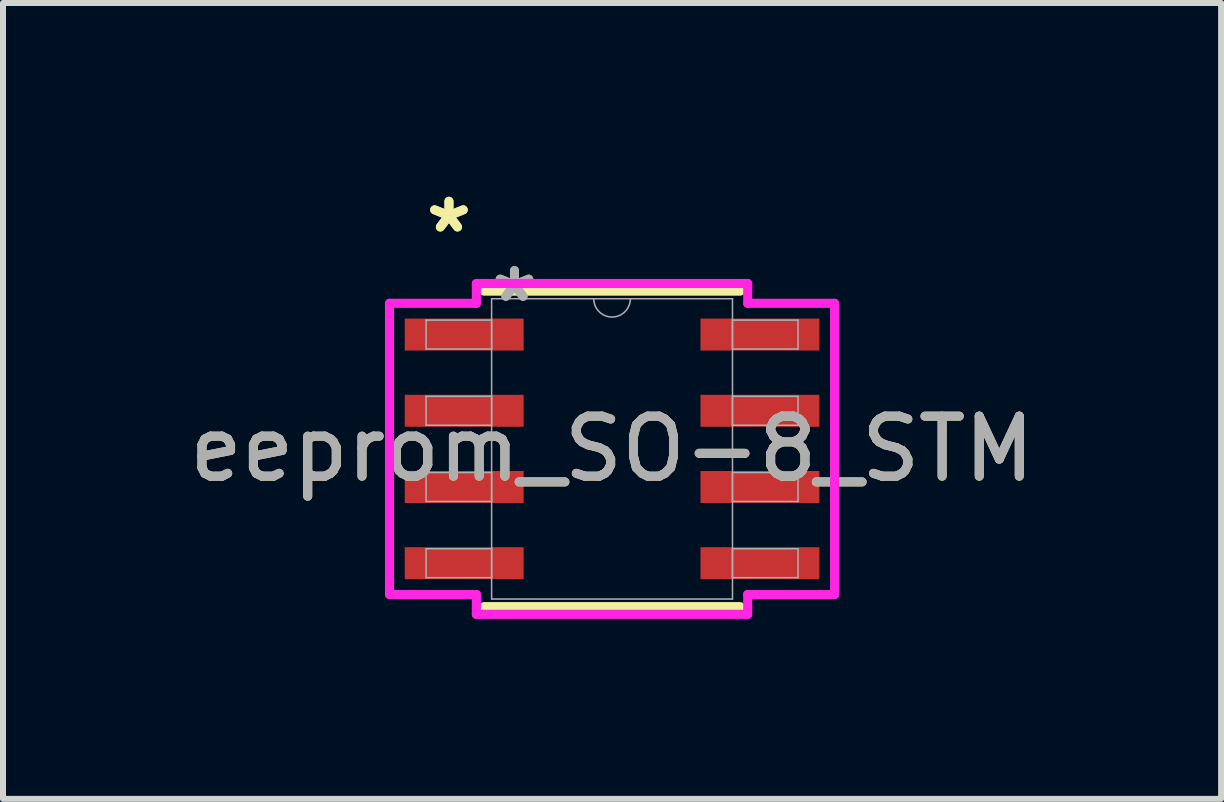
<source format=kicad_pcb>
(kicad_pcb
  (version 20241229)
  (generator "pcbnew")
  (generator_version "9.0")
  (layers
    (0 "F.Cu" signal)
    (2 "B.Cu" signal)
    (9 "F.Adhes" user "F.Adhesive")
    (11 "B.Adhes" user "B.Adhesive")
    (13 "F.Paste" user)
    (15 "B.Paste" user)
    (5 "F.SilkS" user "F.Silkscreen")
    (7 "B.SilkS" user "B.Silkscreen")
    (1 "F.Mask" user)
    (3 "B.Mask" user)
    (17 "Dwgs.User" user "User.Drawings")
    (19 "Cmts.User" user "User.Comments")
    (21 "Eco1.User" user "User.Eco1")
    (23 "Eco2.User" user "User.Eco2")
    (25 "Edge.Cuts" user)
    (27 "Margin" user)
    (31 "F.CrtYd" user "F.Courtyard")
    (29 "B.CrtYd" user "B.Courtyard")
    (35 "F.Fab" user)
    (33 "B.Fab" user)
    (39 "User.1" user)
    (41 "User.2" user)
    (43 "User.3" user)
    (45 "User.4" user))
  (footprint "eeprom_SO-8_STM"
    (layer "F.Cu")
    (at 7.149 4.43)
    (property "Reference" "eeprom_SO-8_STM" (at 0 0 0) (unlocked yes) (layer "F.SilkS") (effects (font (size 1 1) (thickness 0.15))))
    (attr smd)
    (fp_line (start -2.134 2.629) (end 2.134 2.629) (stroke (width 0.152) (type solid)) (layer "F.SilkS"))
    (fp_line (start 2.134 -2.629) (end -2.134 -2.629) (stroke (width 0.152) (type solid)) (layer "F.SilkS"))
    (fp_line (start -3.708 -2.426) (end -2.261 -2.426) (stroke (width 0.152) (type solid)) (layer "F.CrtYd"))
    (fp_line (start -3.708 2.426) (end -3.708 -2.426) (stroke (width 0.152) (type solid)) (layer "F.CrtYd"))
    (fp_line (start -3.708 2.426) (end -2.261 2.426) (stroke (width 0.152) (type solid)) (layer "F.CrtYd"))
    (fp_line (start -2.261 -2.756) (end 2.261 -2.756) (stroke (width 0.152) (type solid)) (layer "F.CrtYd"))
    (fp_line (start -2.261 -2.426) (end -2.261 -2.756) (stroke (width 0.152) (type solid)) (layer "F.CrtYd"))
    (fp_line (start -2.261 2.756) (end -2.261 2.426) (stroke (width 0.152) (type solid)) (layer "F.CrtYd"))
    (fp_line (start 2.261 -2.756) (end 2.261 -2.426) (stroke (width 0.152) (type solid)) (layer "F.CrtYd"))
    (fp_line (start 2.261 2.426) (end 2.261 2.756) (stroke (width 0.152) (type solid)) (layer "F.CrtYd"))
    (fp_line (start 2.261 2.756) (end -2.261 2.756) (stroke (width 0.152) (type solid)) (layer "F.CrtYd"))
    (fp_line (start 3.708 -2.426) (end 2.261 -2.426) (stroke (width 0.152) (type solid)) (layer "F.CrtYd"))
    (fp_line (start 3.708 -2.426) (end 3.708 2.426) (stroke (width 0.152) (type solid)) (layer "F.CrtYd"))
    (fp_line (start 3.708 2.426) (end 2.261 2.426) (stroke (width 0.152) (type solid)) (layer "F.CrtYd"))
    (fp_line (start -3.099 -2.146) (end -3.099 -1.664) (stroke (width 0.025) (type solid)) (layer "F.Fab"))
    (fp_line (start -3.099 -1.664) (end -2.007 -1.664) (stroke (width 0.025) (type solid)) (layer "F.Fab"))
    (fp_line (start -3.099 -0.876) (end -3.099 -0.394) (stroke (width 0.025) (type solid)) (layer "F.Fab"))
    (fp_line (start -3.099 -0.394) (end -2.007 -0.394) (stroke (width 0.025) (type solid)) (layer "F.Fab"))
    (fp_line (start -3.099 0.394) (end -3.099 0.876) (stroke (width 0.025) (type solid)) (layer "F.Fab"))
    (fp_line (start -3.099 0.876) (end -2.007 0.876) (stroke (width 0.025) (type solid)) (layer "F.Fab"))
    (fp_line (start -3.099 1.664) (end -3.099 2.146) (stroke (width 0.025) (type solid)) (layer "F.Fab"))
    (fp_line (start -3.099 2.146) (end -2.007 2.146) (stroke (width 0.025) (type solid)) (layer "F.Fab"))
    (fp_line (start -2.007 -2.502) (end -2.007 2.502) (stroke (width 0.025) (type solid)) (layer "F.Fab"))
    (fp_line (start -2.007 -2.146) (end -3.099 -2.146) (stroke (width 0.025) (type solid)) (layer "F.Fab"))
    (fp_line (start -2.007 -1.664) (end -2.007 -2.146) (stroke (width 0.025) (type solid)) (layer "F.Fab"))
    (fp_line (start -2.007 -0.876) (end -3.099 -0.876) (stroke (width 0.025) (type solid)) (layer "F.Fab"))
    (fp_line (start -2.007 -0.394) (end -2.007 -0.876) (stroke (width 0.025) (type solid)) (layer "F.Fab"))
    (fp_line (start -2.007 0.394) (end -3.099 0.394) (stroke (width 0.025) (type solid)) (layer "F.Fab"))
    (fp_line (start -2.007 0.876) (end -2.007 0.394) (stroke (width 0.025) (type solid)) (layer "F.Fab"))
    (fp_line (start -2.007 1.664) (end -3.099 1.664) (stroke (width 0.025) (type solid)) (layer "F.Fab"))
    (fp_line (start -2.007 2.146) (end -2.007 1.664) (stroke (width 0.025) (type solid)) (layer "F.Fab"))
    (fp_line (start -2.007 2.502) (end 2.007 2.502) (stroke (width 0.025) (type solid)) (layer "F.Fab"))
    (fp_line (start 2.007 -2.502) (end -2.007 -2.502) (stroke (width 0.025) (type solid)) (layer "F.Fab"))
    (fp_line (start 2.007 -2.146) (end 2.007 -1.664) (stroke (width 0.025) (type solid)) (layer "F.Fab"))
    (fp_line (start 2.007 -1.664) (end 3.099 -1.664) (stroke (width 0.025) (type solid)) (layer "F.Fab"))
    (fp_line (start 2.007 -0.876) (end 2.007 -0.394) (stroke (width 0.025) (type solid)) (layer "F.Fab"))
    (fp_line (start 2.007 -0.394) (end 3.099 -0.394) (stroke (width 0.025) (type solid)) (layer "F.Fab"))
    (fp_line (start 2.007 0.394) (end 2.007 0.876) (stroke (width 0.025) (type solid)) (layer "F.Fab"))
    (fp_line (start 2.007 0.876) (end 3.099 0.876) (stroke (width 0.025) (type solid)) (layer "F.Fab"))
    (fp_line (start 2.007 1.664) (end 2.007 2.146) (stroke (width 0.025) (type solid)) (layer "F.Fab"))
    (fp_line (start 2.007 2.146) (end 3.099 2.146) (stroke (width 0.025) (type solid)) (layer "F.Fab"))
    (fp_line (start 2.007 2.502) (end 2.007 -2.502) (stroke (width 0.025) (type solid)) (layer "F.Fab"))
    (fp_line (start 3.099 -2.146) (end 2.007 -2.146) (stroke (width 0.025) (type solid)) (layer "F.Fab"))
    (fp_line (start 3.099 -1.664) (end 3.099 -2.146) (stroke (width 0.025) (type solid)) (layer "F.Fab"))
    (fp_line (start 3.099 -0.876) (end 2.007 -0.876) (stroke (width 0.025) (type solid)) (layer "F.Fab"))
    (fp_line (start 3.099 -0.394) (end 3.099 -0.876) (stroke (width 0.025) (type solid)) (layer "F.Fab"))
    (fp_line (start 3.099 0.394) (end 2.007 0.394) (stroke (width 0.025) (type solid)) (layer "F.Fab"))
    (fp_line (start 3.099 0.876) (end 3.099 0.394) (stroke (width 0.025) (type solid)) (layer "F.Fab"))
    (fp_line (start 3.099 1.664) (end 2.007 1.664) (stroke (width 0.025) (type solid)) (layer "F.Fab"))
    (fp_line (start 3.099 2.146) (end 3.099 1.664) (stroke (width 0.025) (type solid)) (layer "F.Fab"))
    (fp_arc (start 0.3048 -2.5019) (mid 0 -2.1971) (end -0.3048 -2.5019) (stroke (width 0.0254) (type solid)) (layer "F.Fab"))
    (fp_text user "*" (at -2.718 -3.581 0) (layer "F.SilkS") (effects (font (size 1 1) (thickness 0.15))))
    (fp_text user "*" (at -2.718 -3.581 0) (unlocked yes) (layer "F.SilkS") (effects (font (size 1 1) (thickness 0.15))))
    (fp_text user "*" (at -1.626 -2.426 0) (unlocked yes) (layer "F.Fab") (effects (font (size 1 1) (thickness 0.15))))
    (fp_text user "*" (at -1.626 -2.426 0) (layer "F.Fab") (effects (font (size 1 1) (thickness 0.15))))
    (fp_text user "${REFERENCE}" (at 0 0 0) (unlocked yes) (layer "F.Fab") (effects (font (size 1 1) (thickness 0.15))))
    (pad "1" smd rect (at -2.464 -1.905) (size 1.981 0.533) (layers "F.Cu" "F.Mask" "F.Paste"))
    (pad "2" smd rect (at -2.464 -0.635) (size 1.981 0.533) (layers "F.Cu" "F.Mask" "F.Paste"))
    (pad "3" smd rect (at -2.464 0.635) (size 1.981 0.533) (layers "F.Cu" "F.Mask" "F.Paste"))
    (pad "4" smd rect (at -2.464 1.905) (size 1.981 0.533) (layers "F.Cu" "F.Mask" "F.Paste"))
    (pad "5" smd rect (at 2.464 1.905) (size 1.981 0.533) (layers "F.Cu" "F.Mask" "F.Paste"))
    (pad "6" smd rect (at 2.464 0.635) (size 1.981 0.533) (layers "F.Cu" "F.Mask" "F.Paste"))
    (pad "7" smd rect (at 2.464 -0.635) (size 1.981 0.533) (layers "F.Cu" "F.Mask" "F.Paste"))
    (pad "8" smd rect (at 2.464 -1.905) (size 1.981 0.533) (layers "F.Cu" "F.Mask" "F.Paste")))
  (gr_rect
    (start -3 -3)
    (end 17.298 10.262)
    (stroke (width 0.1) (type default))
    (fill no)
    (layer "Edge.Cuts")))
</source>
